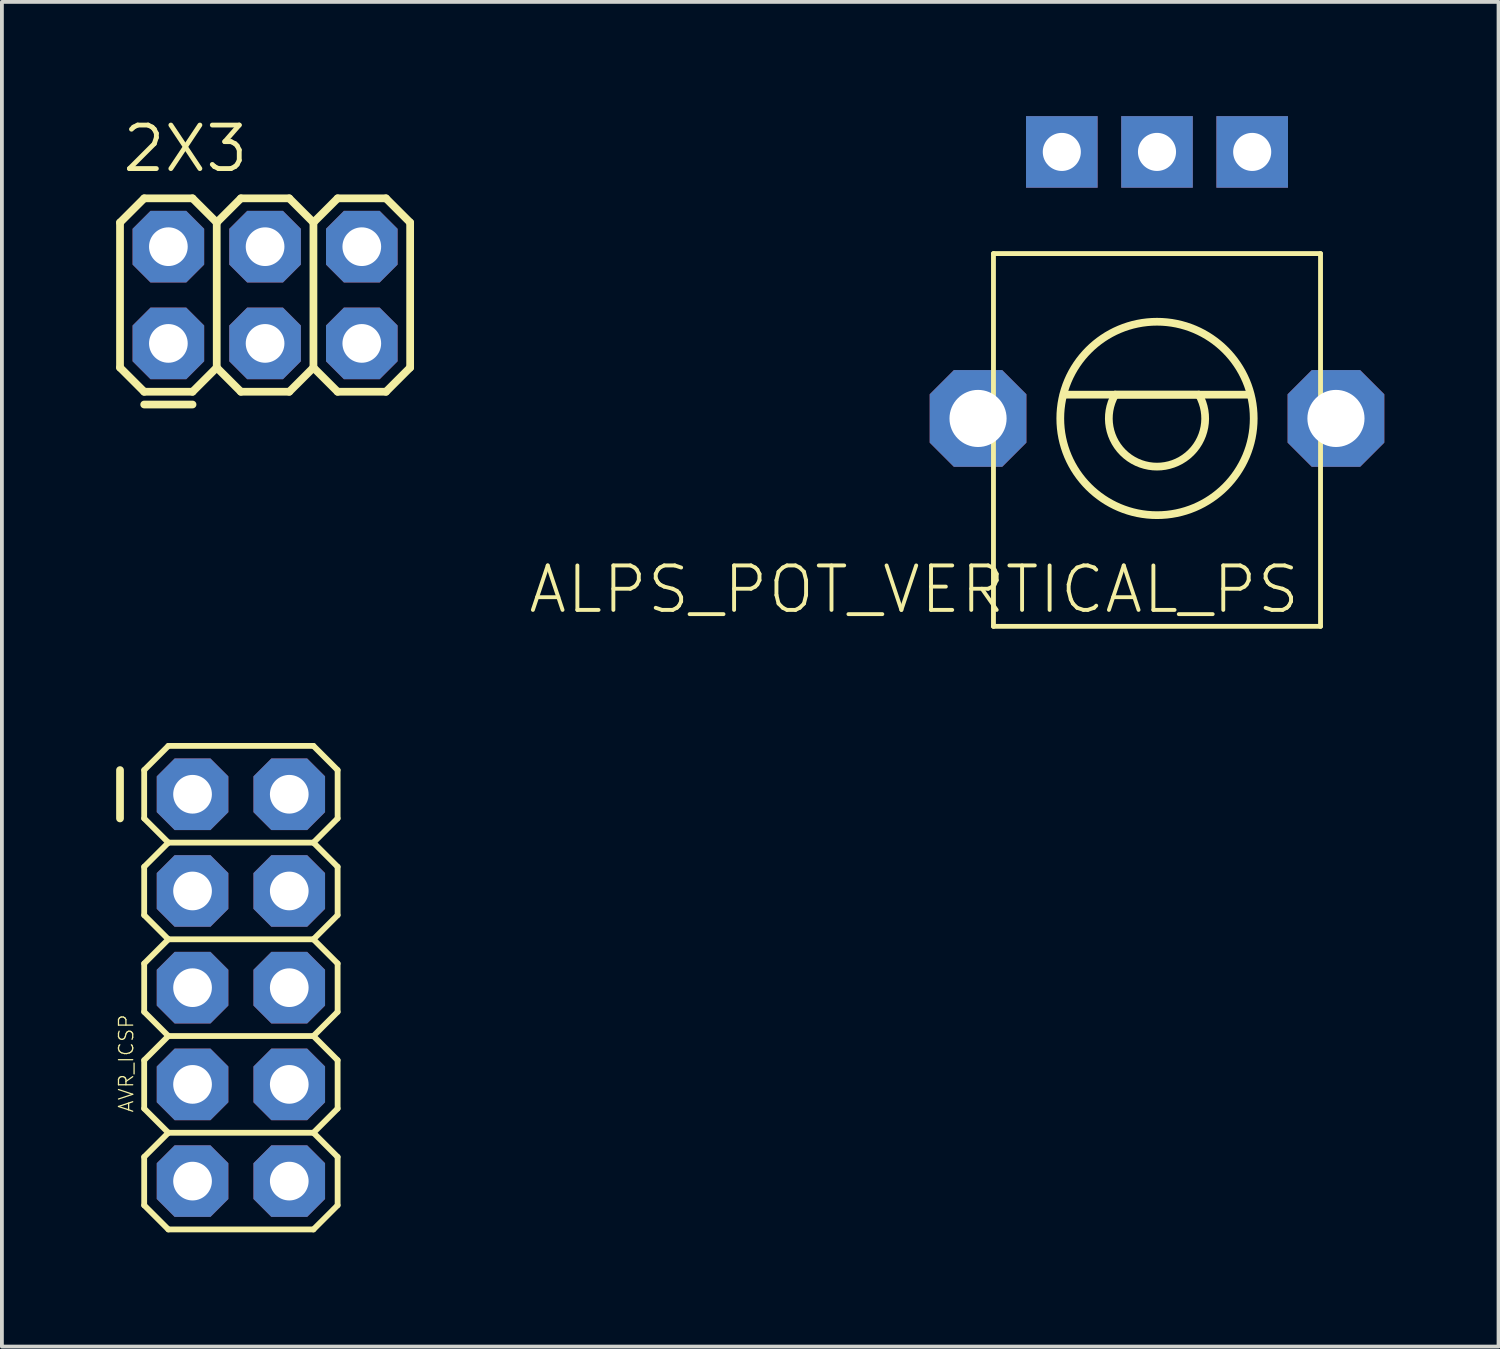
<source format=kicad_pcb>
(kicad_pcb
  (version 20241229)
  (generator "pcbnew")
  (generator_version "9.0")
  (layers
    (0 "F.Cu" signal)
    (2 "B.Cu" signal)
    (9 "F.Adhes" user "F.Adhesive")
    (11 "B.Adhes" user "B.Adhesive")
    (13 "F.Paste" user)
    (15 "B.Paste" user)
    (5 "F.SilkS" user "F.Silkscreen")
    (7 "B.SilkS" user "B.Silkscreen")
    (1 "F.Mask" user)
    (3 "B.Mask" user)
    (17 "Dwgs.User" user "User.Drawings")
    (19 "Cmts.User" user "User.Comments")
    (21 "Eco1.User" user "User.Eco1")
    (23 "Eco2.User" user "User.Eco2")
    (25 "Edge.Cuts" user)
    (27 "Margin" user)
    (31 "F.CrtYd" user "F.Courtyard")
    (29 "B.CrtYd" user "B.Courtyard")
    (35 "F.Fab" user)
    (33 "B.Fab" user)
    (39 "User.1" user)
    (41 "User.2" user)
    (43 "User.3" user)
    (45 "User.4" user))
  (footprint "AVR_ICSP"
    (layer "F.Cu")
    (at 3.277 22.89)
    (property "Reference" "AVR_ICSP" (at -2.794 3.302 90) (layer "F.SilkS") (effects (font (size 0.374 0.374) (thickness 0.033)) (justify left bottom)))
    (fp_line (start -3.175 -5.715) (end -3.175 -4.445) (stroke (width 0.203) (type solid)) (layer "F.SilkS"))
    (fp_line (start -2.54 -5.715) (end -2.54 -4.445) (stroke (width 0.152) (type solid)) (layer "F.SilkS"))
    (fp_line (start -2.54 -4.445) (end -1.905 -3.81) (stroke (width 0.152) (type solid)) (layer "F.SilkS"))
    (fp_line (start -2.54 -3.175) (end -2.54 -1.905) (stroke (width 0.152) (type solid)) (layer "F.SilkS"))
    (fp_line (start -2.54 -1.905) (end -1.905 -1.27) (stroke (width 0.152) (type solid)) (layer "F.SilkS"))
    (fp_line (start -2.54 -0.635) (end -2.54 0.635) (stroke (width 0.152) (type solid)) (layer "F.SilkS"))
    (fp_line (start -2.54 0.635) (end -1.905 1.27) (stroke (width 0.152) (type solid)) (layer "F.SilkS"))
    (fp_line (start -2.54 1.905) (end -2.54 3.175) (stroke (width 0.152) (type solid)) (layer "F.SilkS"))
    (fp_line (start -2.54 3.175) (end -1.905 3.81) (stroke (width 0.152) (type solid)) (layer "F.SilkS"))
    (fp_line (start -2.54 4.445) (end -2.54 5.715) (stroke (width 0.152) (type solid)) (layer "F.SilkS"))
    (fp_line (start -2.54 5.715) (end -1.905 6.35) (stroke (width 0.152) (type solid)) (layer "F.SilkS"))
    (fp_line (start -1.905 -6.35) (end -2.54 -5.715) (stroke (width 0.152) (type solid)) (layer "F.SilkS"))
    (fp_line (start -1.905 -6.35) (end 1.905 -6.35) (stroke (width 0.152) (type solid)) (layer "F.SilkS"))
    (fp_line (start -1.905 -3.81) (end -2.54 -3.175) (stroke (width 0.152) (type solid)) (layer "F.SilkS"))
    (fp_line (start -1.905 -1.27) (end -2.54 -0.635) (stroke (width 0.152) (type solid)) (layer "F.SilkS"))
    (fp_line (start -1.905 1.27) (end -2.54 1.905) (stroke (width 0.152) (type solid)) (layer "F.SilkS"))
    (fp_line (start -1.905 3.81) (end -2.54 4.445) (stroke (width 0.152) (type solid)) (layer "F.SilkS"))
    (fp_line (start 1.905 -6.35) (end 2.54 -5.715) (stroke (width 0.152) (type solid)) (layer "F.SilkS"))
    (fp_line (start 1.905 -3.81) (end -1.905 -3.81) (stroke (width 0.152) (type solid)) (layer "F.SilkS"))
    (fp_line (start 1.905 -3.81) (end 2.54 -3.175) (stroke (width 0.152) (type solid)) (layer "F.SilkS"))
    (fp_line (start 1.905 -1.27) (end -1.905 -1.27) (stroke (width 0.152) (type solid)) (layer "F.SilkS"))
    (fp_line (start 1.905 -1.27) (end 2.54 -0.635) (stroke (width 0.152) (type solid)) (layer "F.SilkS"))
    (fp_line (start 1.905 1.27) (end -1.905 1.27) (stroke (width 0.152) (type solid)) (layer "F.SilkS"))
    (fp_line (start 1.905 1.27) (end 2.54 1.905) (stroke (width 0.152) (type solid)) (layer "F.SilkS"))
    (fp_line (start 1.905 3.81) (end -1.905 3.81) (stroke (width 0.152) (type solid)) (layer "F.SilkS"))
    (fp_line (start 1.905 3.81) (end 2.54 4.445) (stroke (width 0.152) (type solid)) (layer "F.SilkS"))
    (fp_line (start 1.905 6.35) (end -1.905 6.35) (stroke (width 0.152) (type solid)) (layer "F.SilkS"))
    (fp_line (start 2.54 -5.715) (end 2.54 -4.445) (stroke (width 0.152) (type solid)) (layer "F.SilkS"))
    (fp_line (start 2.54 -4.445) (end 1.905 -3.81) (stroke (width 0.152) (type solid)) (layer "F.SilkS"))
    (fp_line (start 2.54 -3.175) (end 2.54 -1.905) (stroke (width 0.152) (type solid)) (layer "F.SilkS"))
    (fp_line (start 2.54 -1.905) (end 1.905 -1.27) (stroke (width 0.152) (type solid)) (layer "F.SilkS"))
    (fp_line (start 2.54 -0.635) (end 2.54 0.635) (stroke (width 0.152) (type solid)) (layer "F.SilkS"))
    (fp_line (start 2.54 0.635) (end 1.905 1.27) (stroke (width 0.152) (type solid)) (layer "F.SilkS"))
    (fp_line (start 2.54 1.905) (end 2.54 3.175) (stroke (width 0.152) (type solid)) (layer "F.SilkS"))
    (fp_line (start 2.54 3.175) (end 1.905 3.81) (stroke (width 0.152) (type solid)) (layer "F.SilkS"))
    (fp_line (start 2.54 4.445) (end 2.54 5.715) (stroke (width 0.152) (type solid)) (layer "F.SilkS"))
    (fp_line (start 2.54 5.715) (end 1.905 6.35) (stroke (width 0.152) (type solid)) (layer "F.SilkS"))
    (fp_poly (pts (xy -1.524 0.254) (xy -1.016 0.254) (xy -1.016 -0.254) (xy -1.524 -0.254)) (stroke (width 0) (type solid)) (fill yes) (layer "F.SilkS"))
    (fp_poly (pts (xy -1.524 -4.826) (xy -1.016 -4.826) (xy -1.016 -5.334) (xy -1.524 -5.334)) (stroke (width 0.1) (type solid)) (fill no) (layer "F.Fab"))
    (fp_poly (pts (xy -1.524 -2.286) (xy -1.016 -2.286) (xy -1.016 -2.794) (xy -1.524 -2.794)) (stroke (width 0.1) (type solid)) (fill no) (layer "F.Fab"))
    (fp_poly (pts (xy -1.524 2.794) (xy -1.016 2.794) (xy -1.016 2.286) (xy -1.524 2.286)) (stroke (width 0.1) (type solid)) (fill no) (layer "F.Fab"))
    (fp_poly (pts (xy -1.524 5.334) (xy -1.016 5.334) (xy -1.016 4.826) (xy -1.524 4.826)) (stroke (width 0.1) (type solid)) (fill no) (layer "F.Fab"))
    (fp_poly (pts (xy 1.016 -4.826) (xy 1.524 -4.826) (xy 1.524 -5.334) (xy 1.016 -5.334)) (stroke (width 0.1) (type solid)) (fill no) (layer "F.Fab"))
    (fp_poly (pts (xy 1.016 -2.286) (xy 1.524 -2.286) (xy 1.524 -2.794) (xy 1.016 -2.794)) (stroke (width 0.1) (type solid)) (fill no) (layer "F.Fab"))
    (fp_poly (pts (xy 1.016 0.254) (xy 1.524 0.254) (xy 1.524 -0.254) (xy 1.016 -0.254)) (stroke (width 0.1) (type solid)) (fill no) (layer "F.Fab"))
    (fp_poly (pts (xy 1.016 2.794) (xy 1.524 2.794) (xy 1.524 2.286) (xy 1.016 2.286)) (stroke (width 0.1) (type solid)) (fill no) (layer "F.Fab"))
    (fp_poly (pts (xy 1.016 5.334) (xy 1.524 5.334) (xy 1.524 4.826) (xy 1.016 4.826)) (stroke (width 0.1) (type solid)) (fill no) (layer "F.Fab"))
    (pad "1" thru_hole roundrect (at -1.27 -5.08 270) (size 1.88 1.88) (drill 1.016) (layers "*.Cu" "*.Mask") (roundrect_rratio 0.25) (chamfer_ratio 0.25) (chamfer top_left top_right bottom_left bottom_right))
    (pad "2" thru_hole roundrect (at 1.27 -5.08 270) (size 1.88 1.88) (drill 1.016) (layers "*.Cu" "*.Mask") (roundrect_rratio 0.25) (chamfer_ratio 0.25) (chamfer top_left top_right bottom_left bottom_right))
    (pad "3" thru_hole roundrect (at -1.27 -2.54 270) (size 1.88 1.88) (drill 1.016) (layers "*.Cu" "*.Mask") (roundrect_rratio 0.25) (chamfer_ratio 0.25) (chamfer top_left top_right bottom_left bottom_right))
    (pad "4" thru_hole roundrect (at 1.27 -2.54 270) (size 1.88 1.88) (drill 1.016) (layers "*.Cu" "*.Mask") (roundrect_rratio 0.25) (chamfer_ratio 0.25) (chamfer top_left top_right bottom_left bottom_right))
    (pad "5" thru_hole roundrect (at -1.27 0 270) (size 1.88 1.88) (drill 1.016) (layers "*.Cu" "*.Mask") (roundrect_rratio 0.25) (chamfer_ratio 0.25) (chamfer top_left top_right bottom_left bottom_right))
    (pad "6" thru_hole roundrect (at 1.27 0 270) (size 1.88 1.88) (drill 1.016) (layers "*.Cu" "*.Mask") (roundrect_rratio 0.25) (chamfer_ratio 0.25) (chamfer top_left top_right bottom_left bottom_right))
    (pad "7" thru_hole roundrect (at -1.27 2.54 270) (size 1.88 1.88) (drill 1.016) (layers "*.Cu" "*.Mask") (roundrect_rratio 0.25) (chamfer_ratio 0.25) (chamfer top_left top_right bottom_left bottom_right))
    (pad "8" thru_hole roundrect (at 1.27 2.54 270) (size 1.88 1.88) (drill 1.016) (layers "*.Cu" "*.Mask") (roundrect_rratio 0.25) (chamfer_ratio 0.25) (chamfer top_left top_right bottom_left bottom_right))
    (pad "9" thru_hole roundrect (at -1.27 5.08 270) (size 1.88 1.88) (drill 1.016) (layers "*.Cu" "*.Mask") (roundrect_rratio 0.25) (chamfer_ratio 0.25) (chamfer top_left top_right bottom_left bottom_right))
    (pad "10" thru_hole roundrect (at 1.27 5.08 270) (size 1.88 1.88) (drill 1.016) (layers "*.Cu" "*.Mask") (roundrect_rratio 0.25) (chamfer_ratio 0.25) (chamfer top_left top_right bottom_left bottom_right)))
  (footprint "ALPS_POT_VERTICAL_PS"
    (layer "F.Cu")
    (at 27.337 7.94)
    (property "Reference" "ALPS_POT_VERTICAL_PS" (at 3.81 3.81 0) (layer "F.SilkS") (effects (font (size 1.168 1.168) (thickness 0.102)) (justify right top)))
    (fp_line (start -4.295 -4.33) (end 4.295 -4.33) (stroke (width 0.127) (type solid)) (layer "F.SilkS"))
    (fp_line (start -4.295 5.46) (end -4.295 -4.33) (stroke (width 0.127) (type solid)) (layer "F.SilkS"))
    (fp_line (start -2.45 -0.625) (end 2.425 -0.625) (stroke (width 0.203) (type solid)) (layer "F.SilkS"))
    (fp_line (start -1.1 -0.625) (end 1.1 -0.625) (stroke (width 0.203) (type solid)) (layer "F.SilkS"))
    (fp_line (start 4.295 -4.33) (end 4.295 5.46) (stroke (width 0.127) (type solid)) (layer "F.SilkS"))
    (fp_line (start 4.295 5.46) (end -4.295 5.46) (stroke (width 0.127) (type solid)) (layer "F.SilkS"))
    (fp_arc (start 1.1 -0.625) (mid 0 1.265158) (end -1.1 -0.625) (stroke (width 0.2032) (type solid)) (layer "F.SilkS"))
    (fp_circle (center 0 0) (end 2.54 0) (stroke (width 0.203) (type solid)) (fill no) (layer "F.SilkS"))
    (pad "P$1" thru_hole rect (at -2.5 -7 270) (size 1.88 1.88) (drill 1) (layers "*.Cu" "*.Mask"))
    (pad "P$2" thru_hole rect (at 0 -7 270) (size 1.88 1.88) (drill 1) (layers "*.Cu" "*.Mask"))
    (pad "P$3" thru_hole rect (at 2.5 -7 270) (size 1.88 1.88) (drill 1) (layers "*.Cu" "*.Mask"))
    (pad "P$4" thru_hole roundrect (at -4.7 0 270) (size 2.54 2.54) (drill 1.5) (layers "*.Cu" "*.Mask") (roundrect_rratio 0.25) (chamfer_ratio 0.25) (chamfer top_left top_right bottom_left bottom_right))
    (pad "P$5" thru_hole roundrect (at 4.7 0 270) (size 2.54 2.54) (drill 1.5) (layers "*.Cu" "*.Mask") (roundrect_rratio 0.25) (chamfer_ratio 0.25) (chamfer top_left top_right bottom_left bottom_right)))
  (footprint "2X3"
    (layer "F.Cu")
    (at 1.372 5.969)
    (property "Reference" "2X3" (at -1.27 -4.445 0) (layer "F.SilkS") (effects (font (size 1.143 1.143) (thickness 0.127)) (justify left bottom)))
    (fp_line (start -1.27 -3.175) (end -0.635 -3.81) (stroke (width 0.203) (type solid)) (layer "F.SilkS"))
    (fp_line (start -1.27 0.635) (end -1.27 -3.175) (stroke (width 0.203) (type solid)) (layer "F.SilkS"))
    (fp_line (start -1.27 0.635) (end -0.635 1.27) (stroke (width 0.203) (type solid)) (layer "F.SilkS"))
    (fp_line (start -0.635 -3.81) (end 0.635 -3.81) (stroke (width 0.203) (type solid)) (layer "F.SilkS"))
    (fp_line (start -0.635 1.27) (end 0.635 1.27) (stroke (width 0.203) (type solid)) (layer "F.SilkS"))
    (fp_line (start 0.635 -3.81) (end 1.27 -3.175) (stroke (width 0.203) (type solid)) (layer "F.SilkS"))
    (fp_line (start 0.635 1.27) (end 1.27 0.635) (stroke (width 0.203) (type solid)) (layer "F.SilkS"))
    (fp_line (start 0.635 1.605) (end -0.635 1.605) (stroke (width 0.203) (type solid)) (layer "F.SilkS"))
    (fp_line (start 1.27 -3.175) (end 1.27 0.635) (stroke (width 0.203) (type solid)) (layer "F.SilkS"))
    (fp_line (start 1.27 -3.175) (end 1.905 -3.81) (stroke (width 0.203) (type solid)) (layer "F.SilkS"))
    (fp_line (start 1.27 0.635) (end 1.905 1.27) (stroke (width 0.203) (type solid)) (layer "F.SilkS"))
    (fp_line (start 1.905 -3.81) (end 3.175 -3.81) (stroke (width 0.203) (type solid)) (layer "F.SilkS"))
    (fp_line (start 1.905 1.27) (end 3.175 1.27) (stroke (width 0.203) (type solid)) (layer "F.SilkS"))
    (fp_line (start 3.175 -3.81) (end 3.81 -3.175) (stroke (width 0.203) (type solid)) (layer "F.SilkS"))
    (fp_line (start 3.175 1.27) (end 3.81 0.635) (stroke (width 0.203) (type solid)) (layer "F.SilkS"))
    (fp_line (start 3.81 -3.175) (end 3.81 0.635) (stroke (width 0.203) (type solid)) (layer "F.SilkS"))
    (fp_line (start 3.81 -3.175) (end 4.445 -3.81) (stroke (width 0.203) (type solid)) (layer "F.SilkS"))
    (fp_line (start 3.81 0.635) (end 4.445 1.27) (stroke (width 0.203) (type solid)) (layer "F.SilkS"))
    (fp_line (start 4.445 -3.81) (end 5.715 -3.81) (stroke (width 0.203) (type solid)) (layer "F.SilkS"))
    (fp_line (start 4.445 1.27) (end 5.715 1.27) (stroke (width 0.203) (type solid)) (layer "F.SilkS"))
    (fp_line (start 5.715 -3.81) (end 6.35 -3.175) (stroke (width 0.203) (type solid)) (layer "F.SilkS"))
    (fp_line (start 5.715 1.27) (end 6.35 0.635) (stroke (width 0.203) (type solid)) (layer "F.SilkS"))
    (fp_line (start 6.35 -3.175) (end 6.35 0.635) (stroke (width 0.203) (type solid)) (layer "F.SilkS"))
    (fp_poly (pts (xy -0.254 -2.286) (xy 0.254 -2.286) (xy 0.254 -2.794) (xy -0.254 -2.794)) (stroke (width 0.1) (type solid)) (fill no) (layer "F.Fab"))
    (fp_poly (pts (xy -0.254 0.254) (xy 0.254 0.254) (xy 0.254 -0.254) (xy -0.254 -0.254)) (stroke (width 0.1) (type solid)) (fill no) (layer "F.Fab"))
    (fp_poly (pts (xy 2.286 -2.286) (xy 2.794 -2.286) (xy 2.794 -2.794) (xy 2.286 -2.794)) (stroke (width 0.1) (type solid)) (fill no) (layer "F.Fab"))
    (fp_poly (pts (xy 2.286 0.254) (xy 2.794 0.254) (xy 2.794 -0.254) (xy 2.286 -0.254)) (stroke (width 0.1) (type solid)) (fill no) (layer "F.Fab"))
    (fp_poly (pts (xy 4.826 -2.286) (xy 5.334 -2.286) (xy 5.334 -2.794) (xy 4.826 -2.794)) (stroke (width 0.1) (type solid)) (fill no) (layer "F.Fab"))
    (fp_poly (pts (xy 4.826 0.254) (xy 5.334 0.254) (xy 5.334 -0.254) (xy 4.826 -0.254)) (stroke (width 0.1) (type solid)) (fill no) (layer "F.Fab"))
    (pad "1" thru_hole roundrect (at 0 0) (size 1.88 1.88) (drill 1.016) (layers "*.Cu" "*.Mask") (roundrect_rratio 0.25) (chamfer_ratio 0.25) (chamfer top_left top_right bottom_left bottom_right))
    (pad "2" thru_hole roundrect (at 0 -2.54) (size 1.88 1.88) (drill 1.016) (layers "*.Cu" "*.Mask") (roundrect_rratio 0.25) (chamfer_ratio 0.25) (chamfer top_left top_right bottom_left bottom_right))
    (pad "3" thru_hole roundrect (at 2.54 0) (size 1.88 1.88) (drill 1.016) (layers "*.Cu" "*.Mask") (roundrect_rratio 0.25) (chamfer_ratio 0.25) (chamfer top_left top_right bottom_left bottom_right))
    (pad "4" thru_hole roundrect (at 2.54 -2.54) (size 1.88 1.88) (drill 1.016) (layers "*.Cu" "*.Mask") (roundrect_rratio 0.25) (chamfer_ratio 0.25) (chamfer top_left top_right bottom_left bottom_right))
    (pad "5" thru_hole roundrect (at 5.08 0) (size 1.88 1.88) (drill 1.016) (layers "*.Cu" "*.Mask") (roundrect_rratio 0.25) (chamfer_ratio 0.25) (chamfer top_left top_right bottom_left bottom_right))
    (pad "6" thru_hole roundrect (at 5.08 -2.54) (size 1.88 1.88) (drill 1.016) (layers "*.Cu" "*.Mask") (roundrect_rratio 0.25) (chamfer_ratio 0.25) (chamfer top_left top_right bottom_left bottom_right)))
  (gr_rect
    (start -3 -3)
    (end 36.307 32.316)
    (stroke (width 0.1) (type default))
    (fill no)
    (layer "Edge.Cuts")))
</source>
